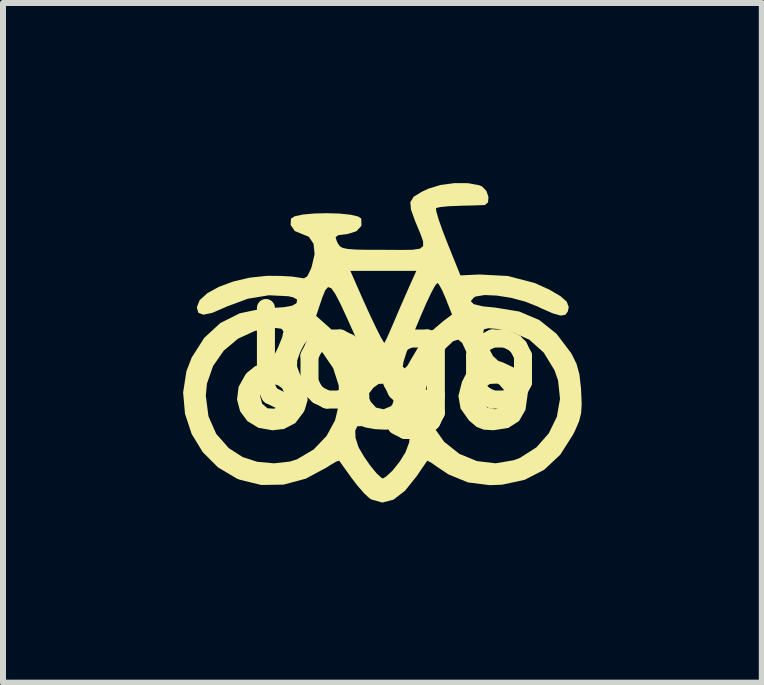
<source format=kicad_pcb>
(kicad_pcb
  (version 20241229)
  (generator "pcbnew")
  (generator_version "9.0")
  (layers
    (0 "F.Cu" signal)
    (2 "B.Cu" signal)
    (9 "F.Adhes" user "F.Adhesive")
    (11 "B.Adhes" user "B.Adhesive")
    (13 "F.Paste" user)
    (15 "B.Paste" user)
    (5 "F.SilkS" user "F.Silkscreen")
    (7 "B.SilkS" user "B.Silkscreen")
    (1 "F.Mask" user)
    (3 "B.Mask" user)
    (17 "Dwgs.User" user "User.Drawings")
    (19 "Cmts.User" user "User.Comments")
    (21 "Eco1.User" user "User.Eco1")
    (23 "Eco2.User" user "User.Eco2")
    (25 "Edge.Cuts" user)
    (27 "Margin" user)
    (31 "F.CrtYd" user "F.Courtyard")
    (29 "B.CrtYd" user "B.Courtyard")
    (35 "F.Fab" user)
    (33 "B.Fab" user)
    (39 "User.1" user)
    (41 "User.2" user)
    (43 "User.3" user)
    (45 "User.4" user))
  (footprint "logo"
    (layer "F.Cu")
    (at 3.484 2.915)
    (property "Reference" "logo" (at 0 0 0) (layer "F.SilkS") (effects (font (size 1.524 1.524) (thickness 0.3))))
    (attr board_only exclude_from_pos_files exclude_from_bom)
    (fp_poly (pts (xy 1.264 -2.914) (xy 1.449 -2.879) (xy 1.496 -2.859) (xy 1.567 -2.786) (xy 1.602 -2.685) (xy 1.595 -2.594) (xy 1.542 -2.55) (xy 1.541 -2.55) (xy 1.462 -2.547) (xy 1.314 -2.542) (xy 1.129 -2.538) (xy 1.119 -2.537) (xy 0.938 -2.53) (xy 0.799 -2.516) (xy 0.73 -2.5) (xy 0.728 -2.498) (xy 0.734 -2.442) (xy 0.771 -2.313) (xy 0.835 -2.131) (xy 0.916 -1.922) (xy 1.135 -1.378) (xy 1.45 -1.393) (xy 1.925 -1.368) (xy 2.373 -1.251) (xy 2.614 -1.142) (xy 2.802 -1.032) (xy 2.906 -0.94) (xy 2.939 -0.851) (xy 2.924 -0.777) (xy 2.881 -0.72) (xy 2.804 -0.709) (xy 2.675 -0.745) (xy 2.481 -0.83) (xy 2.424 -0.858) (xy 2.215 -0.941) (xy 1.98 -1.004) (xy 1.747 -1.041) (xy 1.543 -1.051) (xy 1.394 -1.028) (xy 1.359 -1.01) (xy 1.308 -0.948) (xy 1.357 -0.899) (xy 1.505 -0.863) (xy 1.72 -0.841) (xy 2.116 -0.776) (xy 2.451 -0.633) (xy 2.735 -0.406) (xy 2.973 -0.092) (xy 2.993 -0.059) (xy 3.07 0.098) (xy 3.117 0.272) (xy 3.143 0.5) (xy 3.146 0.559) (xy 3.155 0.768) (xy 3.145 0.919) (xy 3.111 1.053) (xy 3.043 1.21) (xy 3.01 1.276) (xy 2.797 1.61) (xy 2.528 1.861) (xy 2.205 2.027) (xy 1.83 2.108) (xy 1.623 2.116) (xy 1.26 2.07) (xy 0.938 1.938) (xy 0.763 1.822) (xy 0.657 1.747) (xy 0.59 1.711) (xy 0.581 1.711) (xy 0.548 1.759) (xy 0.476 1.864) (xy 0.409 1.963) (xy 0.211 2.21) (xy 0.019 2.358) (xy -0.167 2.406) (xy -0.348 2.354) (xy -0.385 2.33) (xy -0.471 2.25) (xy -0.585 2.118) (xy -0.681 1.992) (xy -0.781 1.853) (xy -0.854 1.751) (xy -0.885 1.708) (xy -0.931 1.722) (xy -1.03 1.78) (xy -1.089 1.819) (xy -1.441 2.008) (xy -1.81 2.107) (xy -2.182 2.113) (xy -2.542 2.025) (xy -2.59 2.006) (xy -2.904 1.819) (xy -3.157 1.566) (xy -3.342 1.263) (xy -3.453 0.926) (xy -3.479 0.626) (xy -3.106 0.626) (xy -3.062 0.968) (xy -2.933 1.261) (xy -2.723 1.499) (xy -2.492 1.648) (xy -2.249 1.727) (xy -1.971 1.752) (xy -1.706 1.723) (xy -1.589 1.686) (xy -1.309 1.521) (xy -1.096 1.298) (xy -1.046 1.207) (xy -0.617 1.207) (xy -0.612 1.329) (xy -0.564 1.477) (xy -0.551 1.504) (xy -0.466 1.648) (xy -0.364 1.794) (xy -0.263 1.917) (xy -0.183 1.992) (xy -0.155 2.004) (xy -0.101 1.971) (xy -0.011 1.888) (xy 0.01 1.866) (xy 0.124 1.723) (xy 0.219 1.57) (xy 0.22 1.568) (xy 0.28 1.407) (xy 0.297 1.265) (xy 0.276 1.161) (xy 0.221 1.115) (xy 0.135 1.144) (xy 0.124 1.153) (xy 0.033 1.183) (xy -0.118 1.192) (xy -0.29 1.183) (xy -0.445 1.155) (xy -0.507 1.133) (xy -0.581 1.134) (xy -0.617 1.207) (xy -1.046 1.207) (xy -0.953 1.035) (xy -0.884 0.748) (xy -0.889 0.584) (xy -0.385 0.584) (xy -0.381 0.674) (xy -0.361 0.724) (xy -0.27 0.824) (xy -0.145 0.852) (xy -0.025 0.802) (xy -0.001 0.777) (xy 0.039 0.662) (xy 0.01 0.534) (xy -0.008 0.513) (xy 0.56 0.513) (xy 0.57 0.822) (xy 0.671 1.121) (xy 0.862 1.391) (xy 0.867 1.396) (xy 1.118 1.595) (xy 1.41 1.715) (xy 1.72 1.752) (xy 2.026 1.7) (xy 2.129 1.66) (xy 2.401 1.486) (xy 2.607 1.252) (xy 2.741 0.977) (xy 2.794 0.677) (xy 2.761 0.37) (xy 2.701 0.2) (xy 2.522 -0.093) (xy 2.284 -0.306) (xy 1.986 -0.439) (xy 1.75 -0.486) (xy 1.602 -0.498) (xy 1.526 -0.48) (xy 1.514 -0.414) (xy 1.558 -0.283) (xy 1.599 -0.184) (xy 1.678 -0.034) (xy 1.764 0.045) (xy 1.848 0.074) (xy 2.03 0.161) (xy 2.17 0.319) (xy 2.246 0.518) (xy 2.254 0.608) (xy 2.218 0.863) (xy 2.111 1.048) (xy 1.934 1.162) (xy 1.689 1.201) (xy 1.686 1.201) (xy 1.521 1.191) (xy 1.403 1.145) (xy 1.281 1.041) (xy 1.273 1.032) (xy 1.138 0.841) (xy 1.101 0.629) (xy 1.113 0.584) (xy 1.469 0.584) (xy 1.472 0.674) (xy 1.493 0.724) (xy 1.584 0.824) (xy 1.709 0.852) (xy 1.829 0.802) (xy 1.853 0.777) (xy 1.892 0.662) (xy 1.864 0.534) (xy 1.781 0.439) (xy 1.747 0.424) (xy 1.626 0.43) (xy 1.538 0.494) (xy 1.469 0.584) (xy 1.113 0.584) (xy 1.161 0.395) (xy 1.209 0.3) (xy 1.27 0.182) (xy 1.289 0.093) (xy 1.267 -0.01) (xy 1.227 -0.118) (xy 1.164 -0.253) (xy 1.098 -0.308) (xy 1.014 -0.282) (xy 0.899 -0.174) (xy 0.813 -0.073) (xy 0.64 0.209) (xy 0.56 0.513) (xy -0.008 0.513) (xy -0.072 0.439) (xy -0.106 0.424) (xy -0.228 0.43) (xy -0.315 0.494) (xy -0.385 0.584) (xy -0.889 0.584) (xy -0.893 0.453) (xy -0.984 0.169) (xy -1.004 0.138) (xy 0.175 0.138) (xy 0.176 0.143) (xy 0.207 0.171) (xy 0.254 0.124) (xy 0.326 -0.003) (xy 0.427 -0.173) (xy 0.544 -0.332) (xy 0.586 -0.379) (xy 0.717 -0.504) (xy 0.848 -0.615) (xy 0.862 -0.626) (xy 0.995 -0.726) (xy 0.892 -0.989) (xy 0.829 -1.133) (xy 0.777 -1.228) (xy 0.752 -1.252) (xy 0.714 -1.209) (xy 0.65 -1.091) (xy 0.568 -0.918) (xy 0.478 -0.711) (xy 0.386 -0.49) (xy 0.302 -0.275) (xy 0.233 -0.085) (xy 0.188 0.059) (xy 0.175 0.138) (xy -1.004 0.138) (xy -1.16 -0.09) (xy -1.183 -0.114) (xy -1.295 -0.218) (xy -1.384 -0.28) (xy -1.417 -0.288) (xy -1.465 -0.234) (xy -1.524 -0.122) (xy -1.541 -0.082) (xy -1.584 0.042) (xy -1.586 0.137) (xy -1.545 0.251) (xy -1.51 0.323) (xy -1.426 0.529) (xy -1.41 0.698) (xy -1.459 0.863) (xy -1.478 0.901) (xy -1.615 1.082) (xy -1.803 1.18) (xy -1.995 1.202) (xy -2.23 1.161) (xy -2.413 1.049) (xy -2.535 0.885) (xy -2.586 0.69) (xy -2.577 0.618) (xy -2.204 0.618) (xy -2.168 0.758) (xy -2.078 0.836) (xy -1.963 0.842) (xy -1.851 0.767) (xy -1.835 0.746) (xy -1.786 0.614) (xy -1.834 0.503) (xy -1.91 0.448) (xy -2.035 0.427) (xy -2.145 0.482) (xy -2.202 0.59) (xy -2.204 0.618) (xy -2.577 0.618) (xy -2.56 0.48) (xy -2.448 0.277) (xy -2.416 0.24) (xy -2.289 0.138) (xy -2.151 0.075) (xy -2.143 0.073) (xy -2.036 0.026) (xy -1.953 -0.075) (xy -1.9 -0.184) (xy -1.833 -0.35) (xy -1.813 -0.445) (xy -1.845 -0.489) (xy -1.933 -0.501) (xy -1.973 -0.501) (xy -2.286 -0.454) (xy -2.569 -0.324) (xy -2.807 -0.124) (xy -2.984 0.13) (xy -3.087 0.424) (xy -3.106 0.626) (xy -3.479 0.626) (xy -3.484 0.573) (xy -3.429 0.218) (xy -3.34 -0.012) (xy -3.131 -0.339) (xy -2.865 -0.584) (xy -2.628 -0.703) (xy -1.268 -0.703) (xy -1.044 -0.505) (xy -0.892 -0.349) (xy -0.754 -0.17) (xy -0.698 -0.078) (xy -0.605 0.068) (xy -0.525 0.134) (xy -0.501 0.136) (xy -0.442 0.089) (xy -0.439 0.057) (xy -0.464 -0.009) (xy -0.522 -0.148) (xy -0.607 -0.34) (xy -0.709 -0.568) (xy -0.738 -0.632) (xy -0.859 -0.895) (xy -0.95 -1.071) (xy -1.017 -1.165) (xy -1.07 -1.183) (xy -1.117 -1.129) (xy -1.166 -1.008) (xy -1.201 -0.905) (xy -1.268 -0.703) (xy -2.628 -0.703) (xy -2.542 -0.746) (xy -2.162 -0.826) (xy -2.032 -0.834) (xy -1.809 -0.848) (xy -1.671 -0.872) (xy -1.601 -0.911) (xy -1.593 -0.922) (xy -1.586 -0.977) (xy -1.653 -1.013) (xy -1.732 -1.031) (xy -2.055 -1.047) (xy -2.406 -0.989) (xy -2.757 -0.859) (xy -2.778 -0.849) (xy -2.998 -0.754) (xy -3.147 -0.723) (xy -3.231 -0.756) (xy -3.256 -0.846) (xy -3.209 -0.965) (xy -3.08 -1.082) (xy -2.886 -1.188) (xy -2.646 -1.277) (xy -2.376 -1.34) (xy -2.096 -1.37) (xy -2.054 -1.371) (xy -1.851 -1.369) (xy -1.673 -1.359) (xy -1.555 -1.342) (xy -1.551 -1.341) (xy -1.47 -1.329) (xy -1.416 -1.363) (xy -1.371 -1.453) (xy -0.698 -1.453) (xy -0.605 -1.24) (xy -0.479 -0.955) (xy -0.364 -0.702) (xy -0.264 -0.493) (xy -0.188 -0.343) (xy -0.141 -0.264) (xy -0.13 -0.255) (xy -0.102 -0.309) (xy -0.048 -0.428) (xy 0.016 -0.576) (xy 0.11 -0.797) (xy 0.214 -1.036) (xy 0.271 -1.165) (xy 0.4 -1.453) (xy -0.698 -1.453) (xy -1.371 -1.453) (xy -1.365 -1.464) (xy -1.341 -1.527) (xy -1.294 -1.734) (xy -1.312 -1.905) (xy -1.39 -2.021) (xy -1.495 -2.064) (xy -1.624 -2.117) (xy -1.693 -2.218) (xy -1.688 -2.323) (xy -1.624 -2.363) (xy -1.487 -2.392) (xy -1.3 -2.409) (xy -1.09 -2.414) (xy -0.881 -2.408) (xy -0.698 -2.389) (xy -0.568 -2.359) (xy -0.516 -2.323) (xy -0.514 -2.204) (xy -0.598 -2.113) (xy -0.752 -2.065) (xy -0.769 -2.064) (xy -0.898 -2.048) (xy -0.944 -2.016) (xy -0.924 -1.947) (xy -0.9 -1.9) (xy -0.872 -1.862) (xy -0.824 -1.835) (xy -0.741 -1.818) (xy -0.605 -1.808) (xy -0.4 -1.804) (xy -0.145 -1.804) (xy 0.141 -1.802) (xy 0.339 -1.805) (xy 0.46 -1.823) (xy 0.514 -1.866) (xy 0.513 -1.945) (xy 0.469 -2.07) (xy 0.393 -2.252) (xy 0.377 -2.291) (xy 0.311 -2.475) (xy 0.301 -2.599) (xy 0.357 -2.689) (xy 0.492 -2.771) (xy 0.601 -2.822) (xy 0.803 -2.884) (xy 1.036 -2.915)) (stroke (width 0) (type solid)) (fill yes) (layer "F.SilkS")))
  (gr_rect
    (start -3 -3)
    (end 9.639 8.321)
    (stroke (width 0.1) (type default))
    (fill no)
    (layer "Edge.Cuts")))
</source>
